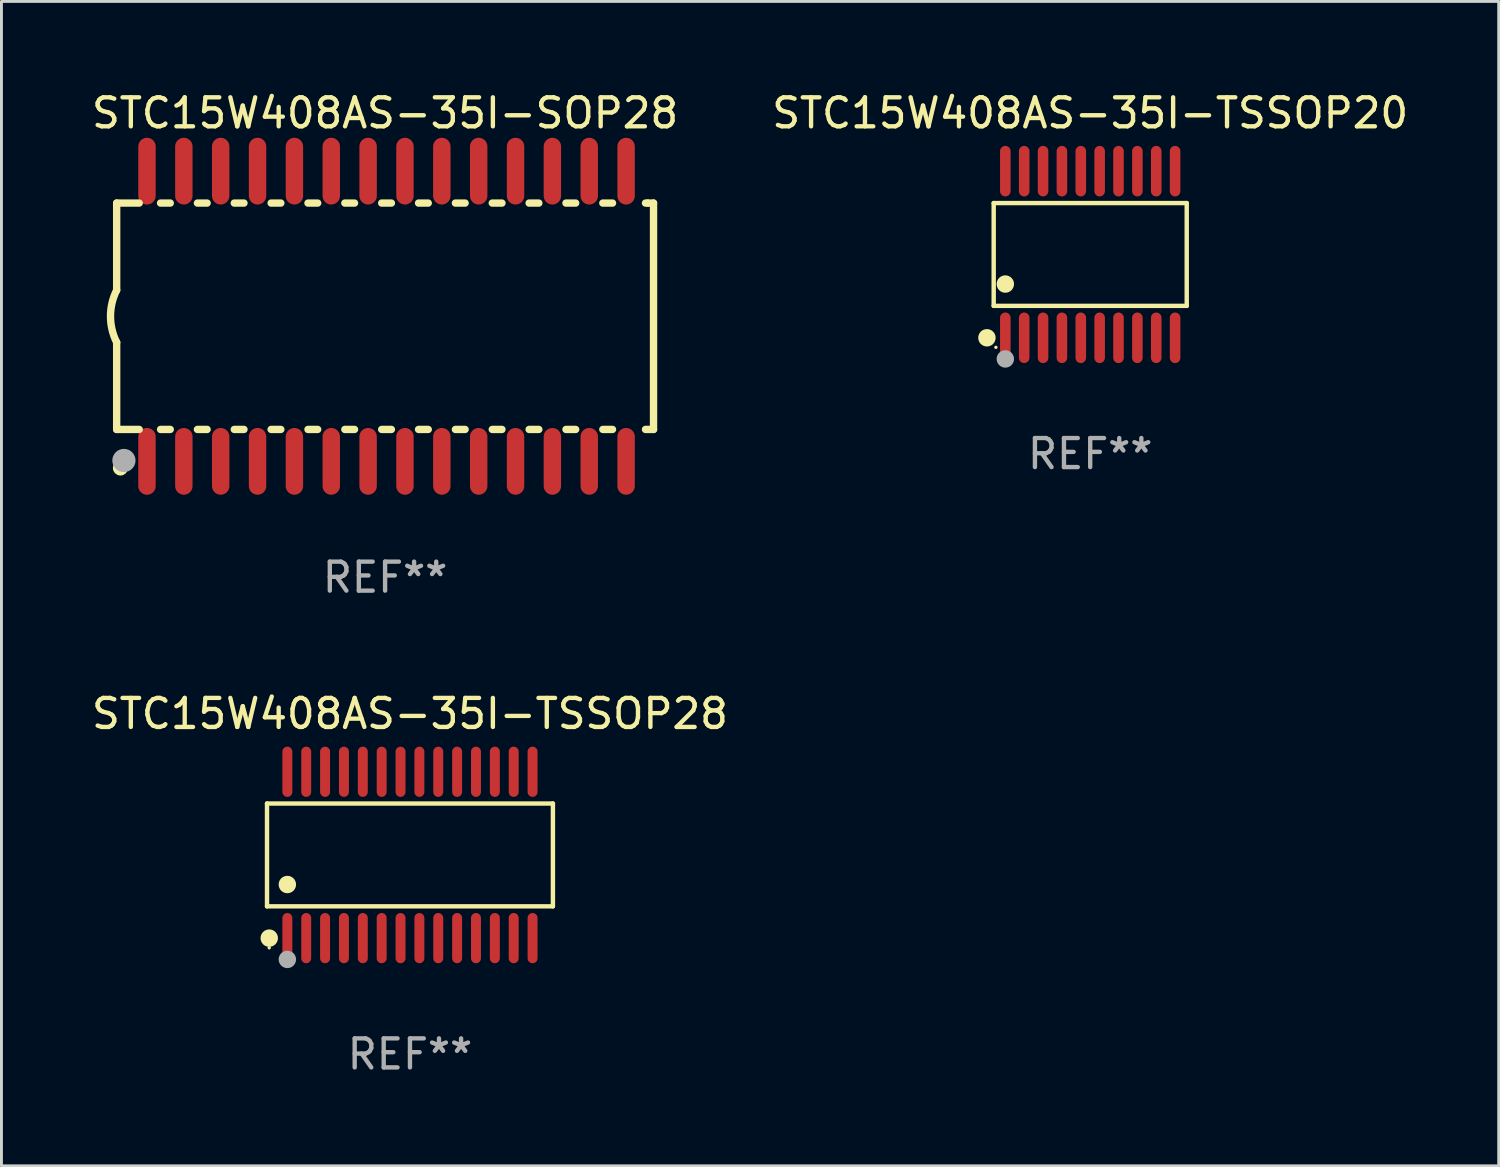
<source format=kicad_pcb>
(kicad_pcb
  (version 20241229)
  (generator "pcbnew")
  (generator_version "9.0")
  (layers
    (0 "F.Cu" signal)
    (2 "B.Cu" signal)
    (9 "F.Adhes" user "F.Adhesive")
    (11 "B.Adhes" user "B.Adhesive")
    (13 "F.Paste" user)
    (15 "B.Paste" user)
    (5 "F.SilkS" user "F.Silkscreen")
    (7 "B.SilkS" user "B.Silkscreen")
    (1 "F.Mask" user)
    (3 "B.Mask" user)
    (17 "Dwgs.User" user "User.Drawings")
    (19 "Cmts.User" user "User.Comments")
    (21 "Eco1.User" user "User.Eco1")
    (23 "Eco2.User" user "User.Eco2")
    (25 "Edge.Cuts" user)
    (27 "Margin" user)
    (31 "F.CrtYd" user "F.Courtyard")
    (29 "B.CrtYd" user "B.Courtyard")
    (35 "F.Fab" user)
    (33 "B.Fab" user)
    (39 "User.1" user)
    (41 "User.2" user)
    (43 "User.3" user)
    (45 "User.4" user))
  (footprint "STC15W408AS-35I-SOP28"
    (layer "F.Cu")
    (at 10.22 7.848)
    (property "Reference" "STC15W408AS-35I-SOP28" (at 0 -7 0) (layer "F.SilkS") (effects (font (size 1 1) (thickness 0.15))))
    (attr through_hole)
    (fp_line (start -9.25 -3.9) (end -9.25 -0.9) (stroke (width 0.254) (type solid)) (layer "F.SilkS"))
    (fp_line (start -9.25 -3.9) (end -8.473 -3.9) (stroke (width 0.254) (type solid)) (layer "F.SilkS"))
    (fp_line (start -9.25 3.9) (end -9.25 0.9) (stroke (width 0.254) (type solid)) (layer "F.SilkS"))
    (fp_line (start -9.25 3.9) (end -8.473 3.9) (stroke (width 0.254) (type solid)) (layer "F.SilkS"))
    (fp_line (start -7.737 -3.9) (end -7.403 -3.9) (stroke (width 0.254) (type solid)) (layer "F.SilkS"))
    (fp_line (start -7.737 3.9) (end -7.403 3.9) (stroke (width 0.254) (type solid)) (layer "F.SilkS"))
    (fp_line (start -6.467 3.9) (end -6.133 3.9) (stroke (width 0.254) (type solid)) (layer "F.SilkS"))
    (fp_line (start -6.467 -3.9) (end -6.133 -3.9) (stroke (width 0.254) (type solid)) (layer "F.SilkS"))
    (fp_line (start -5.197 3.9) (end -4.863 3.9) (stroke (width 0.254) (type solid)) (layer "F.SilkS"))
    (fp_line (start -5.197 -3.9) (end -4.863 -3.9) (stroke (width 0.254) (type solid)) (layer "F.SilkS"))
    (fp_line (start -3.927 3.9) (end -3.593 3.9) (stroke (width 0.254) (type solid)) (layer "F.SilkS"))
    (fp_line (start -3.927 -3.9) (end -3.593 -3.9) (stroke (width 0.254) (type solid)) (layer "F.SilkS"))
    (fp_line (start -2.657 3.9) (end -2.323 3.9) (stroke (width 0.254) (type solid)) (layer "F.SilkS"))
    (fp_line (start -2.657 -3.9) (end -2.323 -3.9) (stroke (width 0.254) (type solid)) (layer "F.SilkS"))
    (fp_line (start -1.387 3.9) (end -1.053 3.9) (stroke (width 0.254) (type solid)) (layer "F.SilkS"))
    (fp_line (start -1.387 -3.9) (end -1.053 -3.9) (stroke (width 0.254) (type solid)) (layer "F.SilkS"))
    (fp_line (start -0.117 3.9) (end 0.217 3.9) (stroke (width 0.254) (type solid)) (layer "F.SilkS"))
    (fp_line (start -0.117 -3.9) (end 0.217 -3.9) (stroke (width 0.254) (type solid)) (layer "F.SilkS"))
    (fp_line (start 1.153 3.9) (end 1.487 3.9) (stroke (width 0.254) (type solid)) (layer "F.SilkS"))
    (fp_line (start 1.153 -3.9) (end 1.487 -3.9) (stroke (width 0.254) (type solid)) (layer "F.SilkS"))
    (fp_line (start 2.423 3.9) (end 2.757 3.9) (stroke (width 0.254) (type solid)) (layer "F.SilkS"))
    (fp_line (start 2.423 -3.9) (end 2.757 -3.9) (stroke (width 0.254) (type solid)) (layer "F.SilkS"))
    (fp_line (start 3.693 3.9) (end 4.027 3.9) (stroke (width 0.254) (type solid)) (layer "F.SilkS"))
    (fp_line (start 3.693 -3.9) (end 4.027 -3.9) (stroke (width 0.254) (type solid)) (layer "F.SilkS"))
    (fp_line (start 4.963 3.9) (end 5.297 3.9) (stroke (width 0.254) (type solid)) (layer "F.SilkS"))
    (fp_line (start 4.963 -3.9) (end 5.297 -3.9) (stroke (width 0.254) (type solid)) (layer "F.SilkS"))
    (fp_line (start 6.233 3.9) (end 6.567 3.9) (stroke (width 0.254) (type solid)) (layer "F.SilkS"))
    (fp_line (start 6.233 -3.9) (end 6.567 -3.9) (stroke (width 0.254) (type solid)) (layer "F.SilkS"))
    (fp_line (start 7.503 -3.9) (end 7.837 -3.9) (stroke (width 0.254) (type solid)) (layer "F.SilkS"))
    (fp_line (start 7.503 3.9) (end 7.837 3.9) (stroke (width 0.254) (type solid)) (layer "F.SilkS"))
    (fp_line (start 8.973 -3.9) (end 9.05 -3.9) (stroke (width 0.254) (type solid)) (layer "F.SilkS"))
    (fp_line (start 8.973 3.9) (end 9.25 3.9) (stroke (width 0.254) (type solid)) (layer "F.SilkS"))
    (fp_line (start 9.05 -3.9) (end 9.25 -3.9) (stroke (width 0.254) (type solid)) (layer "F.SilkS"))
    (fp_line (start 9.25 -3.9) (end 9.25 3.9) (stroke (width 0.254) (type solid)) (layer "F.SilkS"))
    (fp_arc (start -9.249619 0.900432) (mid -9.462013 0.000246) (end -9.249873 -0.9) (stroke (width 0.254001) (type solid)) (layer "F.SilkS"))
    (fp_circle (center -9.2 5.3) (end -9.17 5.3) (stroke (width 0.06) (type solid)) (fill no) (layer "F.SilkS"))
    (fp_circle (center -9.12 5.23) (end -8.988 5.23) (stroke (width 0.254) (type solid)) (fill no) (layer "F.SilkS"))
    (fp_circle (center -9 4.97) (end -8.8 4.97) (stroke (width 0.4) (type solid)) (fill no) (layer "F.Fab"))
    (fp_text user "REF**" (at 0 9 0) (layer "F.Fab") (effects (font (size 1 1) (thickness 0.15))))
    (pad "1" smd oval (at -8.205 5) (size 0.6 2.3) (layers "F.Cu" "F.Mask" "F.Paste"))
    (pad "2" smd oval (at -6.935 5) (size 0.6 2.3) (layers "F.Cu" "F.Mask" "F.Paste"))
    (pad "3" smd oval (at -5.665 5) (size 0.6 2.3) (layers "F.Cu" "F.Mask" "F.Paste"))
    (pad "4" smd oval (at -4.395 5) (size 0.6 2.3) (layers "F.Cu" "F.Mask" "F.Paste"))
    (pad "5" smd oval (at -3.125 5) (size 0.6 2.3) (layers "F.Cu" "F.Mask" "F.Paste"))
    (pad "6" smd oval (at -1.855 5) (size 0.6 2.3) (layers "F.Cu" "F.Mask" "F.Paste"))
    (pad "7" smd oval (at -0.585 5) (size 0.6 2.3) (layers "F.Cu" "F.Mask" "F.Paste"))
    (pad "8" smd oval (at 0.685 5) (size 0.6 2.3) (layers "F.Cu" "F.Mask" "F.Paste"))
    (pad "9" smd oval (at 1.955 5) (size 0.6 2.3) (layers "F.Cu" "F.Mask" "F.Paste"))
    (pad "10" smd oval (at 3.225 5) (size 0.6 2.3) (layers "F.Cu" "F.Mask" "F.Paste"))
    (pad "11" smd oval (at 4.495 5) (size 0.6 2.3) (layers "F.Cu" "F.Mask" "F.Paste"))
    (pad "12" smd oval (at 5.765 5) (size 0.6 2.3) (layers "F.Cu" "F.Mask" "F.Paste"))
    (pad "13" smd oval (at 7.035 5) (size 0.6 2.3) (layers "F.Cu" "F.Mask" "F.Paste"))
    (pad "14" smd oval (at 8.305 5) (size 0.6 2.3) (layers "F.Cu" "F.Mask" "F.Paste"))
    (pad "15" smd oval (at 8.305 -5) (size 0.6 2.3) (layers "F.Cu" "F.Mask" "F.Paste"))
    (pad "16" smd oval (at 7.035 -5) (size 0.6 2.3) (layers "F.Cu" "F.Mask" "F.Paste"))
    (pad "17" smd oval (at 5.765 -5) (size 0.6 2.3) (layers "F.Cu" "F.Mask" "F.Paste"))
    (pad "18" smd oval (at 4.495 -5) (size 0.6 2.3) (layers "F.Cu" "F.Mask" "F.Paste"))
    (pad "19" smd oval (at 3.225 -5) (size 0.6 2.3) (layers "F.Cu" "F.Mask" "F.Paste"))
    (pad "20" smd oval (at 1.955 -5) (size 0.6 2.3) (layers "F.Cu" "F.Mask" "F.Paste"))
    (pad "21" smd oval (at 0.685 -5) (size 0.6 2.3) (layers "F.Cu" "F.Mask" "F.Paste"))
    (pad "22" smd oval (at -0.585 -5) (size 0.6 2.3) (layers "F.Cu" "F.Mask" "F.Paste"))
    (pad "23" smd oval (at -1.855 -5) (size 0.6 2.3) (layers "F.Cu" "F.Mask" "F.Paste"))
    (pad "24" smd oval (at -3.125 -5) (size 0.6 2.3) (layers "F.Cu" "F.Mask" "F.Paste"))
    (pad "25" smd oval (at -4.395 -5) (size 0.6 2.3) (layers "F.Cu" "F.Mask" "F.Paste"))
    (pad "26" smd oval (at -5.665 -5) (size 0.6 2.3) (layers "F.Cu" "F.Mask" "F.Paste"))
    (pad "27" smd oval (at -6.935 -5) (size 0.6 2.3) (layers "F.Cu" "F.Mask" "F.Paste"))
    (pad "28" smd oval (at -8.205 -5) (size 0.6 2.3) (layers "F.Cu" "F.Mask" "F.Paste")))
  (footprint "STC15W408AS-35I-TSSOP20"
    (layer "F.Cu")
    (at 34.518 5.719)
    (property "Reference" "STC15W408AS-35I-TSSOP20" (at 0 -4.871 0) (layer "F.SilkS") (effects (font (size 1 1) (thickness 0.15))))
    (attr through_hole)
    (fp_line (start -3.326 -1.771) (end 3.326 -1.771) (stroke (width 0.152) (type solid)) (layer "F.SilkS"))
    (fp_line (start -3.326 1.771) (end -3.326 -1.771) (stroke (width 0.152) (type solid)) (layer "F.SilkS"))
    (fp_line (start 3.326 -1.771) (end 3.326 1.771) (stroke (width 0.152) (type solid)) (layer "F.SilkS"))
    (fp_line (start 3.326 1.771) (end -3.326 1.771) (stroke (width 0.152) (type solid)) (layer "F.SilkS"))
    (fp_circle (center -3.559 2.871) (end -3.409 2.871) (stroke (width 0.3) (type solid)) (fill no) (layer "F.SilkS"))
    (fp_circle (center -3.25 3.2) (end -3.22 3.2) (stroke (width 0.06) (type solid)) (fill no) (layer "F.SilkS"))
    (fp_circle (center -2.925 1.019) (end -2.775 1.019) (stroke (width 0.3) (type solid)) (fill no) (layer "F.SilkS"))
    (fp_circle (center -2.925 3.6) (end -2.775 3.6) (stroke (width 0.3) (type solid)) (fill no) (layer "F.Fab"))
    (fp_text user "REF**" (at 0 6.871 0) (layer "F.Fab") (effects (font (size 1 1) (thickness 0.15))))
    (pad "1" smd oval (at -2.925 2.871) (size 0.364 1.742) (layers "F.Cu" "F.Mask" "F.Paste"))
    (pad "2" smd oval (at -2.275 2.871) (size 0.364 1.742) (layers "F.Cu" "F.Mask" "F.Paste"))
    (pad "3" smd oval (at -1.625 2.871) (size 0.364 1.742) (layers "F.Cu" "F.Mask" "F.Paste"))
    (pad "4" smd oval (at -0.975 2.871) (size 0.364 1.742) (layers "F.Cu" "F.Mask" "F.Paste"))
    (pad "5" smd oval (at -0.325 2.871) (size 0.364 1.742) (layers "F.Cu" "F.Mask" "F.Paste"))
    (pad "6" smd oval (at 0.325 2.871) (size 0.364 1.742) (layers "F.Cu" "F.Mask" "F.Paste"))
    (pad "7" smd oval (at 0.975 2.871) (size 0.364 1.742) (layers "F.Cu" "F.Mask" "F.Paste"))
    (pad "8" smd oval (at 1.625 2.871) (size 0.364 1.742) (layers "F.Cu" "F.Mask" "F.Paste"))
    (pad "9" smd oval (at 2.275 2.871) (size 0.364 1.742) (layers "F.Cu" "F.Mask" "F.Paste"))
    (pad "10" smd oval (at 2.925 2.871) (size 0.364 1.742) (layers "F.Cu" "F.Mask" "F.Paste"))
    (pad "11" smd oval (at 2.925 -2.871) (size 0.364 1.742) (layers "F.Cu" "F.Mask" "F.Paste"))
    (pad "12" smd oval (at 2.275 -2.871) (size 0.364 1.742) (layers "F.Cu" "F.Mask" "F.Paste"))
    (pad "13" smd oval (at 1.625 -2.871) (size 0.364 1.742) (layers "F.Cu" "F.Mask" "F.Paste"))
    (pad "14" smd oval (at 0.975 -2.871) (size 0.364 1.742) (layers "F.Cu" "F.Mask" "F.Paste"))
    (pad "15" smd oval (at 0.325 -2.871) (size 0.364 1.742) (layers "F.Cu" "F.Mask" "F.Paste"))
    (pad "16" smd oval (at -0.325 -2.871) (size 0.364 1.742) (layers "F.Cu" "F.Mask" "F.Paste"))
    (pad "17" smd oval (at -0.975 -2.871) (size 0.364 1.742) (layers "F.Cu" "F.Mask" "F.Paste"))
    (pad "18" smd oval (at -1.625 -2.871) (size 0.364 1.742) (layers "F.Cu" "F.Mask" "F.Paste"))
    (pad "19" smd oval (at -2.275 -2.871) (size 0.364 1.742) (layers "F.Cu" "F.Mask" "F.Paste"))
    (pad "20" smd oval (at -2.925 -2.871) (size 0.364 1.742) (layers "F.Cu" "F.Mask" "F.Paste")))
  (footprint "STC15W408AS-35I-TSSOP28"
    (layer "F.Cu")
    (at 11.077 26.411)
    (property "Reference" "STC15W408AS-35I-TSSOP28" (at 0 -4.866 0) (layer "F.SilkS") (effects (font (size 1 1) (thickness 0.15))))
    (attr through_hole)
    (fp_line (start -4.926 -1.772) (end 4.926 -1.772) (stroke (width 0.152) (type solid)) (layer "F.SilkS"))
    (fp_line (start -4.926 1.771) (end -4.926 -1.772) (stroke (width 0.152) (type solid)) (layer "F.SilkS"))
    (fp_line (start 4.926 -1.772) (end 4.926 1.771) (stroke (width 0.152) (type solid)) (layer "F.SilkS"))
    (fp_line (start 4.926 1.771) (end -4.926 1.771) (stroke (width 0.152) (type solid)) (layer "F.SilkS"))
    (fp_circle (center -4.85 3.2) (end -4.82 3.2) (stroke (width 0.06) (type solid)) (fill no) (layer "F.SilkS"))
    (fp_circle (center -4.849 2.866) (end -4.699 2.866) (stroke (width 0.3) (type solid)) (fill no) (layer "F.SilkS"))
    (fp_circle (center -4.225 1.019) (end -4.075 1.019) (stroke (width 0.3) (type solid)) (fill no) (layer "F.SilkS"))
    (fp_circle (center -4.225 3.6) (end -4.075 3.6) (stroke (width 0.3) (type solid)) (fill no) (layer "F.Fab"))
    (fp_text user "REF**" (at 0 6.866 0) (layer "F.Fab") (effects (font (size 1 1) (thickness 0.15))))
    (pad "1" smd oval (at -4.225 2.866) (size 0.343 1.731) (layers "F.Cu" "F.Mask" "F.Paste"))
    (pad "2" smd oval (at -3.575 2.866) (size 0.343 1.731) (layers "F.Cu" "F.Mask" "F.Paste"))
    (pad "3" smd oval (at -2.925 2.866) (size 0.343 1.731) (layers "F.Cu" "F.Mask" "F.Paste"))
    (pad "4" smd oval (at -2.275 2.866) (size 0.343 1.731) (layers "F.Cu" "F.Mask" "F.Paste"))
    (pad "5" smd oval (at -1.625 2.866) (size 0.343 1.731) (layers "F.Cu" "F.Mask" "F.Paste"))
    (pad "6" smd oval (at -0.975 2.866) (size 0.343 1.731) (layers "F.Cu" "F.Mask" "F.Paste"))
    (pad "7" smd oval (at -0.325 2.866) (size 0.343 1.731) (layers "F.Cu" "F.Mask" "F.Paste"))
    (pad "8" smd oval (at 0.325 2.866) (size 0.343 1.731) (layers "F.Cu" "F.Mask" "F.Paste"))
    (pad "9" smd oval (at 0.975 2.866) (size 0.343 1.731) (layers "F.Cu" "F.Mask" "F.Paste"))
    (pad "10" smd oval (at 1.625 2.866) (size 0.343 1.731) (layers "F.Cu" "F.Mask" "F.Paste"))
    (pad "11" smd oval (at 2.275 2.866) (size 0.343 1.731) (layers "F.Cu" "F.Mask" "F.Paste"))
    (pad "12" smd oval (at 2.925 2.866) (size 0.343 1.731) (layers "F.Cu" "F.Mask" "F.Paste"))
    (pad "13" smd oval (at 3.575 2.866) (size 0.343 1.731) (layers "F.Cu" "F.Mask" "F.Paste"))
    (pad "14" smd oval (at 4.225 2.866) (size 0.343 1.731) (layers "F.Cu" "F.Mask" "F.Paste"))
    (pad "15" smd oval (at 4.225 -2.866) (size 0.343 1.731) (layers "F.Cu" "F.Mask" "F.Paste"))
    (pad "16" smd oval (at 3.575 -2.866) (size 0.343 1.731) (layers "F.Cu" "F.Mask" "F.Paste"))
    (pad "17" smd oval (at 2.925 -2.866) (size 0.343 1.731) (layers "F.Cu" "F.Mask" "F.Paste"))
    (pad "18" smd oval (at 2.275 -2.866) (size 0.343 1.731) (layers "F.Cu" "F.Mask" "F.Paste"))
    (pad "19" smd oval (at 1.625 -2.866) (size 0.343 1.731) (layers "F.Cu" "F.Mask" "F.Paste"))
    (pad "20" smd oval (at 0.975 -2.866) (size 0.343 1.731) (layers "F.Cu" "F.Mask" "F.Paste"))
    (pad "21" smd oval (at 0.325 -2.866) (size 0.343 1.731) (layers "F.Cu" "F.Mask" "F.Paste"))
    (pad "22" smd oval (at -0.325 -2.866) (size 0.343 1.731) (layers "F.Cu" "F.Mask" "F.Paste"))
    (pad "23" smd oval (at -0.975 -2.866) (size 0.343 1.731) (layers "F.Cu" "F.Mask" "F.Paste"))
    (pad "24" smd oval (at -1.625 -2.866) (size 0.343 1.731) (layers "F.Cu" "F.Mask" "F.Paste"))
    (pad "25" smd oval (at -2.275 -2.866) (size 0.343 1.731) (layers "F.Cu" "F.Mask" "F.Paste"))
    (pad "26" smd oval (at -2.925 -2.866) (size 0.343 1.731) (layers "F.Cu" "F.Mask" "F.Paste"))
    (pad "27" smd oval (at -3.575 -2.866) (size 0.343 1.731) (layers "F.Cu" "F.Mask" "F.Paste"))
    (pad "28" smd oval (at -4.225 -2.866) (size 0.343 1.731) (layers "F.Cu" "F.Mask" "F.Paste")))
  (gr_rect
    (start -3 -3)
    (end 48.595 37.125)
    (stroke (width 0.1) (type default))
    (fill no)
    (layer "Edge.Cuts")))
</source>
